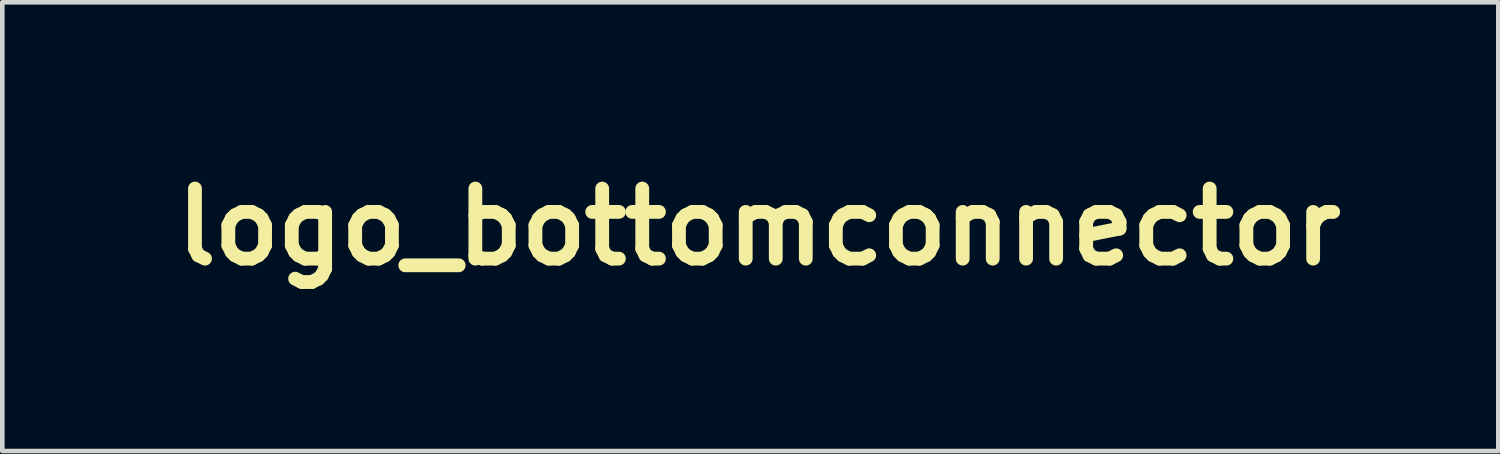
<source format=kicad_pcb>
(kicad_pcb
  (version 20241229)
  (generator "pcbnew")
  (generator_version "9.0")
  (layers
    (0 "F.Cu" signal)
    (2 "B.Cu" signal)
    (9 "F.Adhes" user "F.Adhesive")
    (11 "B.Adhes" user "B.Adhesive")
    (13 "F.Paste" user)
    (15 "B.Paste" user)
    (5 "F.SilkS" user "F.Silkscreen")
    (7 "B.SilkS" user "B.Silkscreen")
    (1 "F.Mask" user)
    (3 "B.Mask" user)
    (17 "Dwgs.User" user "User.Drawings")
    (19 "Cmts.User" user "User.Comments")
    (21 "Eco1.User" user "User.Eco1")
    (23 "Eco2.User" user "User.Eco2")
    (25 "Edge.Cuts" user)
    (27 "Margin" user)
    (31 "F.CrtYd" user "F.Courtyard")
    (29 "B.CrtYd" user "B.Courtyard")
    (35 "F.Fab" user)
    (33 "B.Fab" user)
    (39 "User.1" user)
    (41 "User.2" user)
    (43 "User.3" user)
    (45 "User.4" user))
  (footprint "logo_bottomconnector"
    (layer "F.Cu")
    (at 13.454 1.884)
    (property "Reference" "logo_bottomconnector" (at 0 0 0) (layer "F.SilkS") (effects (font (size 1.524 1.524) (thickness 0.3))))
    (attr through_hole)
    (fp_poly (pts (xy -6.653 -0.144) (xy -7.524 -0.144) (xy -7.524 -0.339) (xy -6.653 -0.339) (xy -6.653 -0.144)) (stroke (width 0.01) (type solid)) (fill yes) (layer "F.Mask"))
    (fp_poly (pts (xy -4.681 1.862) (xy -5.552 1.862) (xy -5.552 1.667) (xy -4.681 1.667) (xy -4.681 1.862)) (stroke (width 0.01) (type solid)) (fill yes) (layer "F.Mask"))
    (fp_poly (pts (xy 8.752 1.439) (xy 8.582 1.439) (xy 8.582 0.956) (xy 8.752 0.956) (xy 8.752 1.439)) (stroke (width 0.01) (type solid)) (fill yes) (layer "F.Mask"))
    (fp_poly (pts (xy 5.18 -1.219) (xy 4.985 -1.219) (xy 4.985 -1.464) (xy 4.308 -1.464) (xy 4.308 -1.65) (xy 4.985 -1.65) (xy 4.985 -1.879) (xy 5.18 -1.879) (xy 5.18 -1.219)) (stroke (width 0.01) (type solid)) (fill yes) (layer "F.Mask"))
    (fp_poly (pts (xy -10.597 0.626) (xy -10.791 0.626) (xy -10.791 0.381) (xy -11.469 0.381) (xy -11.469 0.195) (xy -10.792 0.195) (xy -10.79 0.074) (xy -10.787 -0.047) (xy -10.692 -0.049) (xy -10.597 -0.051) (xy -10.597 0.626)) (stroke (width 0.01) (type solid)) (fill yes) (layer "F.Mask"))
    (fp_poly (pts (xy 12.696 1.303) (xy 12.984 1.303) (xy 12.984 1.447) (xy 12.696 1.447) (xy 12.696 1.727) (xy 12.56 1.727) (xy 12.56 1.447) (xy 12.281 1.447) (xy 12.281 1.303) (xy 12.56 1.303) (xy 12.56 1.024) (xy 12.696 1.024) (xy 12.696 1.303)) (stroke (width 0.01) (type solid)) (fill yes) (layer "F.Mask"))
    (fp_poly (pts (xy -12.907 -0.867) (xy -12.823 -0.851) (xy -12.751 -0.823) (xy -12.692 -0.785) (xy -12.662 -0.755) (xy -12.636 -0.724) (xy -12.616 -0.691) (xy -12.6 -0.656) (xy -12.588 -0.615) (xy -12.579 -0.567) (xy -12.573 -0.509) (xy -12.57 -0.439) (xy -12.569 -0.355) (xy -12.569 -0.336) (xy -12.569 -0.144) (xy -12.763 -0.144) (xy -12.765 -0.358) (xy -12.768 -0.573) (xy -12.79 -0.607) (xy -12.814 -0.636) (xy -12.843 -0.657) (xy -12.88 -0.671) (xy -12.927 -0.678) (xy -12.988 -0.681) (xy -12.992 -0.681) (xy -13.057 -0.679) (xy -13.109 -0.673) (xy -13.149 -0.663) (xy -13.18 -0.647) (xy -13.199 -0.631) (xy -13.213 -0.615) (xy -13.224 -0.598) (xy -13.232 -0.578) (xy -13.238 -0.553) (xy -13.242 -0.519) (xy -13.244 -0.475) (xy -13.246 -0.419) (xy -13.246 -0.349) (xy -13.246 -0.34) (xy -13.246 -0.144) (xy -13.441 -0.144) (xy -13.44 -0.324) (xy -13.44 -0.403) (xy -13.438 -0.468) (xy -13.435 -0.521) (xy -13.431 -0.564) (xy -13.424 -0.601) (xy -13.415 -0.633) (xy -13.403 -0.664) (xy -13.394 -0.683) (xy -13.357 -0.742) (xy -13.31 -0.79) (xy -13.253 -0.826) (xy -13.184 -0.852) (xy -13.103 -0.867) (xy -13.008 -0.872) (xy -13.005 -0.872) (xy -12.907 -0.867)) (stroke (width 0.01) (type solid)) (fill yes) (layer "F.Mask"))
    (fp_poly (pts (xy -12.907 0.03) (xy -12.823 0.047) (xy -12.751 0.074) (xy -12.692 0.112) (xy -12.662 0.142) (xy -12.636 0.173) (xy -12.616 0.206) (xy -12.6 0.241) (xy -12.588 0.282) (xy -12.579 0.33) (xy -12.573 0.388) (xy -12.57 0.458) (xy -12.569 0.542) (xy -12.569 0.561) (xy -12.569 0.753) (xy -12.763 0.753) (xy -12.765 0.539) (xy -12.768 0.325) (xy -12.79 0.29) (xy -12.814 0.261) (xy -12.843 0.24) (xy -12.88 0.226) (xy -12.927 0.219) (xy -12.988 0.216) (xy -12.992 0.216) (xy -13.057 0.218) (xy -13.109 0.224) (xy -13.149 0.234) (xy -13.18 0.251) (xy -13.199 0.267) (xy -13.213 0.282) (xy -13.224 0.299) (xy -13.232 0.319) (xy -13.238 0.345) (xy -13.242 0.378) (xy -13.244 0.422) (xy -13.246 0.478) (xy -13.246 0.549) (xy -13.246 0.557) (xy -13.246 0.753) (xy -13.441 0.753) (xy -13.44 0.573) (xy -13.44 0.494) (xy -13.438 0.429) (xy -13.435 0.376) (xy -13.431 0.333) (xy -13.424 0.296) (xy -13.415 0.264) (xy -13.403 0.233) (xy -13.394 0.214) (xy -13.357 0.155) (xy -13.31 0.107) (xy -13.253 0.071) (xy -13.184 0.045) (xy -13.103 0.03) (xy -13.008 0.025) (xy -13.005 0.025) (xy -12.907 0.03)) (stroke (width 0.01) (type solid)) (fill yes) (layer "F.Mask"))
    (fp_poly (pts (xy -8.963 -0.926) (xy -8.879 -0.91) (xy -8.807 -0.883) (xy -8.748 -0.844) (xy -8.718 -0.815) (xy -8.692 -0.783) (xy -8.672 -0.751) (xy -8.656 -0.715) (xy -8.643 -0.674) (xy -8.635 -0.626) (xy -8.629 -0.568) (xy -8.626 -0.498) (xy -8.625 -0.414) (xy -8.625 -0.396) (xy -8.625 -0.203) (xy -8.819 -0.203) (xy -8.821 -0.417) (xy -8.824 -0.632) (xy -8.846 -0.666) (xy -8.87 -0.695) (xy -8.899 -0.716) (xy -8.936 -0.73) (xy -8.983 -0.738) (xy -9.044 -0.74) (xy -9.048 -0.74) (xy -9.113 -0.739) (xy -9.164 -0.733) (xy -9.204 -0.722) (xy -9.236 -0.706) (xy -9.255 -0.69) (xy -9.268 -0.674) (xy -9.279 -0.658) (xy -9.288 -0.638) (xy -9.294 -0.612) (xy -9.298 -0.578) (xy -9.3 -0.534) (xy -9.301 -0.478) (xy -9.302 -0.408) (xy -9.302 -0.399) (xy -9.302 -0.203) (xy -9.496 -0.203) (xy -9.496 -0.383) (xy -9.496 -0.462) (xy -9.494 -0.527) (xy -9.491 -0.58) (xy -9.486 -0.624) (xy -9.48 -0.66) (xy -9.47 -0.693) (xy -9.459 -0.723) (xy -9.45 -0.742) (xy -9.413 -0.801) (xy -9.366 -0.849) (xy -9.309 -0.886) (xy -9.24 -0.911) (xy -9.159 -0.926) (xy -9.064 -0.932) (xy -9.061 -0.932) (xy -8.963 -0.926)) (stroke (width 0.01) (type solid)) (fill yes) (layer "F.Mask"))
    (fp_poly (pts (xy 8.785 0.149) (xy 8.87 0.165) (xy 8.942 0.192) (xy 9 0.231) (xy 9.031 0.26) (xy 9.057 0.292) (xy 9.077 0.324) (xy 9.093 0.36) (xy 9.105 0.401) (xy 9.114 0.449) (xy 9.119 0.507) (xy 9.123 0.577) (xy 9.124 0.661) (xy 9.124 0.679) (xy 9.124 0.872) (xy 8.93 0.872) (xy 8.928 0.657) (xy 8.925 0.443) (xy 8.902 0.409) (xy 8.879 0.38) (xy 8.85 0.359) (xy 8.813 0.345) (xy 8.766 0.337) (xy 8.705 0.335) (xy 8.701 0.335) (xy 8.636 0.336) (xy 8.584 0.342) (xy 8.544 0.353) (xy 8.513 0.369) (xy 8.494 0.385) (xy 8.48 0.4) (xy 8.469 0.417) (xy 8.461 0.437) (xy 8.455 0.463) (xy 8.451 0.497) (xy 8.449 0.541) (xy 8.447 0.597) (xy 8.447 0.667) (xy 8.447 0.676) (xy 8.447 0.872) (xy 8.252 0.872) (xy 8.252 0.692) (xy 8.253 0.613) (xy 8.255 0.548) (xy 8.258 0.495) (xy 8.262 0.451) (xy 8.269 0.415) (xy 8.278 0.382) (xy 8.29 0.352) (xy 8.299 0.333) (xy 8.336 0.273) (xy 8.382 0.226) (xy 8.44 0.189) (xy 8.509 0.164) (xy 8.59 0.148) (xy 8.685 0.143) (xy 8.688 0.143) (xy 8.785 0.149)) (stroke (width 0.01) (type solid)) (fill yes) (layer "F.Mask"))
    (fp_poly (pts (xy 12.73 0.149) (xy 12.814 0.165) (xy 12.886 0.192) (xy 12.945 0.231) (xy 12.975 0.26) (xy 13.001 0.292) (xy 13.021 0.324) (xy 13.037 0.36) (xy 13.049 0.401) (xy 13.058 0.449) (xy 13.064 0.507) (xy 13.067 0.577) (xy 13.068 0.661) (xy 13.068 0.679) (xy 13.068 0.872) (xy 12.874 0.872) (xy 12.872 0.657) (xy 12.869 0.443) (xy 12.847 0.409) (xy 12.823 0.38) (xy 12.794 0.359) (xy 12.757 0.345) (xy 12.71 0.337) (xy 12.649 0.335) (xy 12.645 0.335) (xy 12.58 0.336) (xy 12.528 0.342) (xy 12.488 0.353) (xy 12.457 0.369) (xy 12.438 0.385) (xy 12.424 0.4) (xy 12.413 0.417) (xy 12.405 0.437) (xy 12.399 0.463) (xy 12.395 0.497) (xy 12.393 0.541) (xy 12.391 0.597) (xy 12.391 0.667) (xy 12.391 0.676) (xy 12.391 0.872) (xy 12.196 0.872) (xy 12.197 0.692) (xy 12.197 0.613) (xy 12.199 0.548) (xy 12.202 0.495) (xy 12.206 0.451) (xy 12.213 0.415) (xy 12.222 0.382) (xy 12.234 0.352) (xy 12.243 0.333) (xy 12.28 0.273) (xy 12.326 0.226) (xy 12.384 0.189) (xy 12.453 0.164) (xy 12.534 0.148) (xy 12.629 0.143) (xy 12.632 0.143) (xy 12.73 0.149)) (stroke (width 0.01) (type solid)) (fill yes) (layer "F.Mask"))
    (fp_poly (pts (xy -8.625 0.195) (xy -8.973 0.195) (xy -8.97 0.283) (xy -8.969 0.323) (xy -8.966 0.351) (xy -8.962 0.369) (xy -8.956 0.382) (xy -8.946 0.394) (xy -8.932 0.405) (xy -8.906 0.421) (xy -8.869 0.442) (xy -8.826 0.465) (xy -8.779 0.49) (xy -8.775 0.492) (xy -8.625 0.567) (xy -8.625 0.669) (xy -8.625 0.708) (xy -8.626 0.74) (xy -8.627 0.762) (xy -8.629 0.77) (xy -8.629 0.77) (xy -8.638 0.767) (xy -8.659 0.756) (xy -8.692 0.741) (xy -8.732 0.721) (xy -8.779 0.697) (xy -8.803 0.685) (xy -8.874 0.649) (xy -8.93 0.618) (xy -8.971 0.593) (xy -9 0.572) (xy -9.01 0.564) (xy -9.048 0.528) (xy -9.096 0.575) (xy -9.116 0.593) (xy -9.139 0.61) (xy -9.168 0.629) (xy -9.204 0.65) (xy -9.25 0.675) (xy -9.309 0.705) (xy -9.315 0.709) (xy -9.365 0.734) (xy -9.409 0.756) (xy -9.446 0.774) (xy -9.473 0.787) (xy -9.488 0.795) (xy -9.491 0.796) (xy -9.493 0.788) (xy -9.495 0.766) (xy -9.496 0.734) (xy -9.496 0.695) (xy -9.496 0.692) (xy -9.496 0.588) (xy -9.342 0.508) (xy -9.285 0.478) (xy -9.241 0.453) (xy -9.208 0.432) (xy -9.185 0.413) (xy -9.169 0.393) (xy -9.16 0.371) (xy -9.155 0.343) (xy -9.152 0.309) (xy -9.151 0.282) (xy -9.147 0.195) (xy -9.496 0.195) (xy -9.496 0) (xy -8.625 0) (xy -8.625 0.195)) (stroke (width 0.01) (type solid)) (fill yes) (layer "F.Mask"))
    (fp_poly (pts (xy -11.258 -1.827) (xy -11.192 -1.826) (xy -11.141 -1.825) (xy -11.103 -1.824) (xy -11.075 -1.822) (xy -11.056 -1.82) (xy -11.042 -1.816) (xy -11.032 -1.812) (xy -11.024 -1.807) (xy -11.023 -1.806) (xy -11.006 -1.793) (xy -10.993 -1.78) (xy -10.983 -1.764) (xy -10.975 -1.745) (xy -10.97 -1.718) (xy -10.966 -1.683) (xy -10.964 -1.637) (xy -10.962 -1.578) (xy -10.961 -1.518) (xy -10.959 -1.449) (xy -10.958 -1.395) (xy -10.956 -1.354) (xy -10.952 -1.324) (xy -10.947 -1.303) (xy -10.941 -1.289) (xy -10.931 -1.281) (xy -10.919 -1.275) (xy -10.903 -1.27) (xy -10.901 -1.269) (xy -10.867 -1.267) (xy -10.834 -1.274) (xy -10.809 -1.291) (xy -10.801 -1.302) (xy -10.798 -1.317) (xy -10.795 -1.348) (xy -10.793 -1.395) (xy -10.792 -1.458) (xy -10.791 -1.536) (xy -10.791 -1.574) (xy -10.791 -1.828) (xy -10.596 -1.828) (xy -10.601 -1.272) (xy -10.631 -1.214) (xy -10.667 -1.159) (xy -10.713 -1.117) (xy -10.767 -1.09) (xy -10.832 -1.077) (xy -10.889 -1.077) (xy -10.952 -1.088) (xy -11.011 -1.111) (xy -11.063 -1.145) (xy -11.103 -1.187) (xy -11.118 -1.212) (xy -11.13 -1.235) (xy -11.296 -1.138) (xy -11.344 -1.11) (xy -11.387 -1.085) (xy -11.422 -1.065) (xy -11.448 -1.05) (xy -11.463 -1.042) (xy -11.465 -1.041) (xy -11.467 -1.049) (xy -11.468 -1.071) (xy -11.468 -1.103) (xy -11.469 -1.142) (xy -11.469 -1.146) (xy -11.469 -1.251) (xy -11.146 -1.441) (xy -11.149 -1.539) (xy -11.151 -1.638) (xy -11.469 -1.642) (xy -11.469 -1.829) (xy -11.258 -1.827)) (stroke (width 0.01) (type solid)) (fill yes) (layer "F.Mask"))
    (fp_poly (pts (xy 0.575 -1.827) (xy 0.64 -1.826) (xy 0.691 -1.825) (xy 0.729 -1.824) (xy 0.757 -1.822) (xy 0.777 -1.82) (xy 0.791 -1.816) (xy 0.801 -1.812) (xy 0.809 -1.807) (xy 0.81 -1.806) (xy 0.826 -1.793) (xy 0.839 -1.78) (xy 0.85 -1.764) (xy 0.857 -1.745) (xy 0.862 -1.718) (xy 0.866 -1.683) (xy 0.869 -1.637) (xy 0.87 -1.578) (xy 0.872 -1.518) (xy 0.873 -1.449) (xy 0.875 -1.395) (xy 0.877 -1.354) (xy 0.88 -1.324) (xy 0.885 -1.303) (xy 0.892 -1.289) (xy 0.901 -1.281) (xy 0.913 -1.275) (xy 0.929 -1.27) (xy 0.932 -1.269) (xy 0.966 -1.267) (xy 0.998 -1.274) (xy 1.024 -1.291) (xy 1.032 -1.302) (xy 1.035 -1.317) (xy 1.037 -1.348) (xy 1.039 -1.395) (xy 1.04 -1.458) (xy 1.041 -1.536) (xy 1.041 -1.574) (xy 1.041 -1.828) (xy 1.237 -1.828) (xy 1.231 -1.272) (xy 1.202 -1.214) (xy 1.165 -1.159) (xy 1.12 -1.117) (xy 1.065 -1.09) (xy 1.001 -1.077) (xy 0.944 -1.077) (xy 0.88 -1.088) (xy 0.821 -1.111) (xy 0.77 -1.145) (xy 0.73 -1.187) (xy 0.714 -1.212) (xy 0.703 -1.235) (xy 0.536 -1.138) (xy 0.489 -1.11) (xy 0.446 -1.085) (xy 0.41 -1.065) (xy 0.384 -1.05) (xy 0.37 -1.042) (xy 0.367 -1.041) (xy 0.366 -1.049) (xy 0.365 -1.071) (xy 0.364 -1.103) (xy 0.364 -1.142) (xy 0.364 -1.146) (xy 0.364 -1.251) (xy 0.686 -1.441) (xy 0.684 -1.539) (xy 0.681 -1.638) (xy 0.523 -1.64) (xy 0.364 -1.642) (xy 0.364 -1.829) (xy 0.575 -1.827)) (stroke (width 0.01) (type solid)) (fill yes) (layer "F.Mask"))
    (fp_poly (pts (xy -12.569 -1.792) (xy -12.569 -1.705) (xy -12.905 -1.58) (xy -12.977 -1.553) (xy -13.044 -1.527) (xy -13.105 -1.504) (xy -13.157 -1.484) (xy -13.2 -1.467) (xy -13.231 -1.455) (xy -13.248 -1.447) (xy -13.252 -1.446) (xy -13.259 -1.433) (xy -13.258 -1.427) (xy -13.249 -1.422) (xy -13.227 -1.411) (xy -13.192 -1.396) (xy -13.146 -1.376) (xy -13.09 -1.354) (xy -13.027 -1.328) (xy -12.958 -1.3) (xy -12.911 -1.282) (xy -12.569 -1.147) (xy -12.569 -1.043) (xy -12.569 -1.004) (xy -12.571 -0.971) (xy -12.573 -0.949) (xy -12.575 -0.94) (xy -12.575 -0.94) (xy -12.584 -0.943) (xy -12.607 -0.952) (xy -12.643 -0.966) (xy -12.69 -0.984) (xy -12.746 -1.006) (xy -12.811 -1.032) (xy -12.882 -1.06) (xy -12.958 -1.09) (xy -12.969 -1.095) (xy -13.061 -1.132) (xy -13.144 -1.165) (xy -13.216 -1.195) (xy -13.278 -1.221) (xy -13.326 -1.243) (xy -13.362 -1.259) (xy -13.383 -1.27) (xy -13.387 -1.273) (xy -13.419 -1.308) (xy -13.439 -1.352) (xy -13.448 -1.406) (xy -13.449 -1.426) (xy -13.448 -1.462) (xy -13.444 -1.495) (xy -13.44 -1.517) (xy -13.423 -1.554) (xy -13.397 -1.588) (xy -13.366 -1.612) (xy -13.366 -1.612) (xy -13.353 -1.617) (xy -13.326 -1.628) (xy -13.288 -1.643) (xy -13.238 -1.662) (xy -13.18 -1.684) (xy -13.115 -1.709) (xy -13.044 -1.736) (xy -13.004 -1.751) (xy -12.919 -1.783) (xy -12.849 -1.809) (xy -12.791 -1.83) (xy -12.745 -1.847) (xy -12.707 -1.859) (xy -12.678 -1.868) (xy -12.656 -1.874) (xy -12.638 -1.877) (xy -12.623 -1.879) (xy -12.617 -1.879) (xy -12.569 -1.879) (xy -12.569 -1.792)) (stroke (width 0.01) (type solid)) (fill yes) (layer "F.Mask"))
    (fp_poly (pts (xy -3.047 -1.849) (xy -2.963 -1.832) (xy -2.891 -1.805) (xy -2.832 -1.767) (xy -2.801 -1.737) (xy -2.777 -1.706) (xy -2.756 -1.675) (xy -2.741 -1.641) (xy -2.729 -1.603) (xy -2.72 -1.557) (xy -2.714 -1.502) (xy -2.71 -1.435) (xy -2.709 -1.355) (xy -2.709 -1.306) (xy -2.708 -1.1) (xy -2.902 -1.1) (xy -2.905 -1.327) (xy -2.907 -1.554) (xy -2.93 -1.589) (xy -2.954 -1.618) (xy -2.983 -1.639) (xy -3.019 -1.653) (xy -3.067 -1.66) (xy -3.127 -1.663) (xy -3.132 -1.663) (xy -3.197 -1.661) (xy -3.248 -1.655) (xy -3.288 -1.645) (xy -3.319 -1.628) (xy -3.338 -1.612) (xy -3.356 -1.592) (xy -3.369 -1.568) (xy -3.377 -1.538) (xy -3.383 -1.499) (xy -3.385 -1.448) (xy -3.386 -1.401) (xy -3.386 -1.285) (xy -3.361 -1.26) (xy -3.331 -1.241) (xy -3.297 -1.234) (xy -3.263 -1.24) (xy -3.237 -1.256) (xy -3.229 -1.265) (xy -3.223 -1.275) (xy -3.219 -1.289) (xy -3.217 -1.309) (xy -3.216 -1.339) (xy -3.216 -1.383) (xy -3.216 -1.396) (xy -3.216 -1.515) (xy -3.036 -1.515) (xy -3.04 -1.373) (xy -3.042 -1.32) (xy -3.043 -1.28) (xy -3.046 -1.251) (xy -3.05 -1.228) (xy -3.055 -1.21) (xy -3.062 -1.191) (xy -3.066 -1.183) (xy -3.097 -1.135) (xy -3.14 -1.098) (xy -3.196 -1.072) (xy -3.202 -1.071) (xy -3.249 -1.062) (xy -3.304 -1.059) (xy -3.359 -1.063) (xy -3.396 -1.07) (xy -3.45 -1.091) (xy -3.493 -1.121) (xy -3.528 -1.162) (xy -3.551 -1.206) (xy -3.562 -1.23) (xy -3.569 -1.254) (xy -3.573 -1.281) (xy -3.576 -1.316) (xy -3.578 -1.358) (xy -3.578 -1.463) (xy -3.568 -1.555) (xy -3.547 -1.633) (xy -3.515 -1.699) (xy -3.473 -1.753) (xy -3.419 -1.794) (xy -3.353 -1.825) (xy -3.275 -1.844) (xy -3.185 -1.853) (xy -3.144 -1.854) (xy -3.047 -1.849)) (stroke (width 0.01) (type solid)) (fill yes) (layer "F.Mask"))
    (fp_poly (pts (xy 2.869 -1.849) (xy 2.954 -1.832) (xy 3.025 -1.805) (xy 3.084 -1.767) (xy 3.115 -1.737) (xy 3.14 -1.706) (xy 3.16 -1.675) (xy 3.176 -1.641) (xy 3.188 -1.603) (xy 3.196 -1.557) (xy 3.202 -1.502) (xy 3.206 -1.435) (xy 3.207 -1.355) (xy 3.208 -1.306) (xy 3.208 -1.1) (xy 3.014 -1.1) (xy 3.011 -1.327) (xy 3.009 -1.554) (xy 2.986 -1.589) (xy 2.962 -1.618) (xy 2.934 -1.639) (xy 2.897 -1.653) (xy 2.85 -1.66) (xy 2.789 -1.663) (xy 2.785 -1.663) (xy 2.719 -1.661) (xy 2.668 -1.655) (xy 2.628 -1.645) (xy 2.597 -1.628) (xy 2.578 -1.612) (xy 2.56 -1.592) (xy 2.548 -1.568) (xy 2.539 -1.538) (xy 2.534 -1.499) (xy 2.531 -1.448) (xy 2.531 -1.401) (xy 2.531 -1.285) (xy 2.555 -1.26) (xy 2.585 -1.241) (xy 2.62 -1.234) (xy 2.653 -1.24) (xy 2.679 -1.256) (xy 2.687 -1.265) (xy 2.693 -1.275) (xy 2.697 -1.289) (xy 2.699 -1.309) (xy 2.7 -1.339) (xy 2.7 -1.383) (xy 2.7 -1.396) (xy 2.7 -1.515) (xy 2.88 -1.515) (xy 2.876 -1.373) (xy 2.875 -1.32) (xy 2.873 -1.28) (xy 2.87 -1.251) (xy 2.867 -1.228) (xy 2.861 -1.21) (xy 2.854 -1.191) (xy 2.85 -1.183) (xy 2.819 -1.135) (xy 2.776 -1.098) (xy 2.72 -1.072) (xy 2.714 -1.071) (xy 2.667 -1.062) (xy 2.612 -1.059) (xy 2.557 -1.063) (xy 2.521 -1.07) (xy 2.466 -1.091) (xy 2.423 -1.121) (xy 2.388 -1.162) (xy 2.365 -1.206) (xy 2.354 -1.23) (xy 2.347 -1.254) (xy 2.343 -1.281) (xy 2.34 -1.316) (xy 2.338 -1.358) (xy 2.338 -1.463) (xy 2.349 -1.555) (xy 2.369 -1.633) (xy 2.401 -1.699) (xy 2.443 -1.753) (xy 2.497 -1.794) (xy 2.563 -1.825) (xy 2.641 -1.844) (xy 2.731 -1.853) (xy 2.772 -1.854) (xy 2.869 -1.849)) (stroke (width 0.01) (type solid)) (fill yes) (layer "F.Mask"))
    (fp_poly (pts (xy 10.758 -1.849) (xy 10.842 -1.832) (xy 10.914 -1.805) (xy 10.973 -1.767) (xy 11.003 -1.737) (xy 11.028 -1.706) (xy 11.048 -1.675) (xy 11.064 -1.641) (xy 11.076 -1.603) (xy 11.085 -1.557) (xy 11.091 -1.502) (xy 11.094 -1.435) (xy 11.096 -1.355) (xy 11.096 -1.306) (xy 11.096 -1.1) (xy 10.902 -1.1) (xy 10.9 -1.327) (xy 10.897 -1.554) (xy 10.874 -1.589) (xy 10.851 -1.618) (xy 10.822 -1.639) (xy 10.785 -1.653) (xy 10.738 -1.66) (xy 10.677 -1.663) (xy 10.673 -1.663) (xy 10.608 -1.661) (xy 10.556 -1.655) (xy 10.516 -1.645) (xy 10.485 -1.628) (xy 10.466 -1.612) (xy 10.449 -1.592) (xy 10.436 -1.568) (xy 10.427 -1.538) (xy 10.422 -1.499) (xy 10.419 -1.448) (xy 10.419 -1.401) (xy 10.419 -1.285) (xy 10.444 -1.26) (xy 10.473 -1.241) (xy 10.508 -1.234) (xy 10.542 -1.24) (xy 10.567 -1.256) (xy 10.576 -1.265) (xy 10.581 -1.275) (xy 10.585 -1.289) (xy 10.587 -1.309) (xy 10.588 -1.339) (xy 10.588 -1.383) (xy 10.588 -1.396) (xy 10.588 -1.515) (xy 10.768 -1.515) (xy 10.764 -1.373) (xy 10.763 -1.32) (xy 10.761 -1.28) (xy 10.759 -1.251) (xy 10.755 -1.228) (xy 10.75 -1.21) (xy 10.742 -1.191) (xy 10.739 -1.183) (xy 10.708 -1.135) (xy 10.664 -1.098) (xy 10.608 -1.072) (xy 10.602 -1.071) (xy 10.555 -1.062) (xy 10.5 -1.059) (xy 10.445 -1.063) (xy 10.409 -1.07) (xy 10.354 -1.091) (xy 10.311 -1.121) (xy 10.277 -1.162) (xy 10.253 -1.206) (xy 10.243 -1.23) (xy 10.236 -1.254) (xy 10.231 -1.281) (xy 10.228 -1.316) (xy 10.226 -1.358) (xy 10.227 -1.463) (xy 10.237 -1.555) (xy 10.258 -1.633) (xy 10.289 -1.699) (xy 10.332 -1.753) (xy 10.385 -1.794) (xy 10.451 -1.825) (xy 10.529 -1.844) (xy 10.62 -1.853) (xy 10.66 -1.854) (xy 10.758 -1.849)) (stroke (width 0.01) (type solid)) (fill yes) (layer "F.Mask"))
    (fp_poly (pts (xy -3.263 0.289) (xy -3.174 0.289) (xy -3.132 0.29) (xy -2.751 0.292) (xy -2.732 0.311) (xy -2.726 0.318) (xy -2.721 0.326) (xy -2.717 0.337) (xy -2.715 0.354) (xy -2.713 0.379) (xy -2.712 0.414) (xy -2.711 0.462) (xy -2.71 0.519) (xy -2.709 0.598) (xy -2.71 0.664) (xy -2.713 0.717) (xy -2.718 0.761) (xy -2.725 0.798) (xy -2.734 0.831) (xy -2.746 0.861) (xy -2.782 0.919) (xy -2.831 0.97) (xy -2.89 1.01) (xy -2.958 1.039) (xy -2.996 1.048) (xy -3.056 1.057) (xy -3.121 1.061) (xy -3.186 1.062) (xy -3.235 1.058) (xy -3.321 1.041) (xy -3.395 1.013) (xy -3.456 0.973) (xy -3.505 0.921) (xy -3.542 0.858) (xy -3.559 0.813) (xy -3.565 0.788) (xy -3.569 0.75) (xy -3.573 0.701) (xy -3.576 0.647) (xy -3.578 0.588) (xy -3.58 0.529) (xy -3.58 0.482) (xy -3.387 0.482) (xy -3.384 0.616) (xy -3.383 0.669) (xy -3.381 0.709) (xy -3.378 0.738) (xy -3.374 0.76) (xy -3.368 0.776) (xy -3.365 0.781) (xy -3.337 0.819) (xy -3.296 0.847) (xy -3.259 0.86) (xy -3.221 0.867) (xy -3.173 0.87) (xy -3.122 0.871) (xy -3.073 0.868) (xy -3.033 0.861) (xy -3.024 0.859) (xy -2.977 0.84) (xy -2.943 0.813) (xy -2.919 0.775) (xy -2.919 0.775) (xy -2.913 0.758) (xy -2.908 0.739) (xy -2.906 0.713) (xy -2.904 0.678) (xy -2.903 0.63) (xy -2.903 0.612) (xy -2.903 0.482) (xy -3.387 0.482) (xy -3.58 0.482) (xy -3.58 0.473) (xy -3.579 0.422) (xy -3.577 0.381) (xy -3.574 0.353) (xy -3.572 0.346) (xy -3.568 0.332) (xy -3.564 0.321) (xy -3.557 0.312) (xy -3.547 0.305) (xy -3.533 0.299) (xy -3.512 0.295) (xy -3.483 0.292) (xy -3.445 0.29) (xy -3.397 0.289) (xy -3.336 0.289) (xy -3.263 0.289)) (stroke (width 0.01) (type solid)) (fill yes) (layer "F.Mask"))
    (fp_poly (pts (xy 2.654 0.289) (xy 2.742 0.289) (xy 2.784 0.29) (xy 3.165 0.292) (xy 3.184 0.311) (xy 3.191 0.318) (xy 3.195 0.326) (xy 3.199 0.337) (xy 3.201 0.354) (xy 3.203 0.379) (xy 3.204 0.414) (xy 3.205 0.462) (xy 3.206 0.519) (xy 3.207 0.598) (xy 3.206 0.664) (xy 3.203 0.717) (xy 3.198 0.761) (xy 3.191 0.798) (xy 3.182 0.831) (xy 3.17 0.861) (xy 3.134 0.919) (xy 3.085 0.97) (xy 3.026 1.01) (xy 2.959 1.039) (xy 2.92 1.048) (xy 2.861 1.057) (xy 2.795 1.061) (xy 2.731 1.062) (xy 2.681 1.058) (xy 2.595 1.041) (xy 2.522 1.013) (xy 2.461 0.973) (xy 2.411 0.921) (xy 2.374 0.858) (xy 2.357 0.813) (xy 2.352 0.788) (xy 2.347 0.75) (xy 2.343 0.701) (xy 2.34 0.647) (xy 2.338 0.588) (xy 2.336 0.529) (xy 2.336 0.482) (xy 2.53 0.482) (xy 2.532 0.616) (xy 2.534 0.669) (xy 2.536 0.709) (xy 2.539 0.738) (xy 2.543 0.76) (xy 2.548 0.776) (xy 2.551 0.781) (xy 2.579 0.819) (xy 2.621 0.847) (xy 2.657 0.86) (xy 2.695 0.867) (xy 2.743 0.87) (xy 2.794 0.871) (xy 2.843 0.868) (xy 2.883 0.861) (xy 2.892 0.859) (xy 2.939 0.84) (xy 2.973 0.813) (xy 2.997 0.775) (xy 2.997 0.775) (xy 3.003 0.758) (xy 3.008 0.739) (xy 3.011 0.713) (xy 3.012 0.678) (xy 3.013 0.63) (xy 3.013 0.612) (xy 3.013 0.482) (xy 2.53 0.482) (xy 2.336 0.482) (xy 2.336 0.473) (xy 2.337 0.422) (xy 2.339 0.381) (xy 2.342 0.353) (xy 2.344 0.346) (xy 2.348 0.332) (xy 2.353 0.321) (xy 2.359 0.312) (xy 2.369 0.305) (xy 2.384 0.299) (xy 2.405 0.295) (xy 2.433 0.292) (xy 2.471 0.29) (xy 2.519 0.289) (xy 2.58 0.289) (xy 2.654 0.289)) (stroke (width 0.01) (type solid)) (fill yes) (layer "F.Mask"))
    (fp_poly (pts (xy 10.542 0.289) (xy 10.631 0.289) (xy 10.673 0.29) (xy 11.053 0.292) (xy 11.073 0.311) (xy 11.079 0.318) (xy 11.084 0.326) (xy 11.087 0.337) (xy 11.09 0.354) (xy 11.091 0.379) (xy 11.093 0.414) (xy 11.094 0.462) (xy 11.094 0.519) (xy 11.095 0.598) (xy 11.094 0.664) (xy 11.091 0.717) (xy 11.087 0.761) (xy 11.08 0.798) (xy 11.07 0.831) (xy 11.058 0.861) (xy 11.023 0.919) (xy 10.974 0.97) (xy 10.914 1.01) (xy 10.847 1.039) (xy 10.808 1.048) (xy 10.749 1.057) (xy 10.683 1.061) (xy 10.619 1.062) (xy 10.569 1.058) (xy 10.483 1.041) (xy 10.41 1.013) (xy 10.349 0.973) (xy 10.3 0.921) (xy 10.263 0.858) (xy 10.245 0.813) (xy 10.24 0.788) (xy 10.235 0.75) (xy 10.231 0.701) (xy 10.228 0.647) (xy 10.226 0.588) (xy 10.225 0.529) (xy 10.224 0.482) (xy 10.418 0.482) (xy 10.421 0.616) (xy 10.422 0.669) (xy 10.424 0.709) (xy 10.427 0.738) (xy 10.431 0.76) (xy 10.437 0.776) (xy 10.439 0.781) (xy 10.467 0.819) (xy 10.509 0.847) (xy 10.545 0.86) (xy 10.583 0.867) (xy 10.631 0.87) (xy 10.683 0.871) (xy 10.731 0.868) (xy 10.771 0.861) (xy 10.78 0.859) (xy 10.827 0.84) (xy 10.862 0.813) (xy 10.885 0.775) (xy 10.885 0.775) (xy 10.892 0.758) (xy 10.896 0.739) (xy 10.899 0.713) (xy 10.901 0.678) (xy 10.901 0.63) (xy 10.901 0.612) (xy 10.901 0.482) (xy 10.418 0.482) (xy 10.224 0.482) (xy 10.224 0.473) (xy 10.225 0.422) (xy 10.227 0.381) (xy 10.231 0.353) (xy 10.232 0.346) (xy 10.236 0.332) (xy 10.241 0.321) (xy 10.247 0.312) (xy 10.257 0.305) (xy 10.272 0.299) (xy 10.293 0.295) (xy 10.322 0.292) (xy 10.359 0.29) (xy 10.408 0.289) (xy 10.468 0.289) (xy 10.542 0.289)) (stroke (width 0.01) (type solid)) (fill yes) (layer "F.Mask"))
    (fp_poly (pts (xy 8.912 -0.784) (xy 8.967 -0.773) (xy 9.013 -0.751) (xy 9.041 -0.73) (xy 9.062 -0.709) (xy 9.079 -0.688) (xy 9.093 -0.664) (xy 9.104 -0.636) (xy 9.112 -0.602) (xy 9.117 -0.559) (xy 9.121 -0.507) (xy 9.123 -0.442) (xy 9.124 -0.363) (xy 9.124 -0.308) (xy 9.124 -0.067) (xy 8.934 -0.072) (xy 8.929 -0.32) (xy 8.925 -0.569) (xy 8.905 -0.585) (xy 8.877 -0.598) (xy 8.846 -0.599) (xy 8.817 -0.587) (xy 8.797 -0.565) (xy 8.795 -0.562) (xy 8.791 -0.545) (xy 8.788 -0.513) (xy 8.786 -0.471) (xy 8.785 -0.418) (xy 8.785 -0.407) (xy 8.784 -0.334) (xy 8.781 -0.274) (xy 8.775 -0.225) (xy 8.767 -0.185) (xy 8.754 -0.151) (xy 8.747 -0.135) (xy 8.72 -0.094) (xy 8.684 -0.059) (xy 8.644 -0.033) (xy 8.627 -0.027) (xy 8.593 -0.019) (xy 8.55 -0.014) (xy 8.506 -0.012) (xy 8.466 -0.014) (xy 8.445 -0.017) (xy 8.385 -0.04) (xy 8.334 -0.077) (xy 8.294 -0.124) (xy 8.272 -0.168) (xy 8.268 -0.181) (xy 8.265 -0.197) (xy 8.262 -0.218) (xy 8.26 -0.245) (xy 8.258 -0.281) (xy 8.257 -0.328) (xy 8.256 -0.387) (xy 8.255 -0.46) (xy 8.254 -0.493) (xy 8.251 -0.779) (xy 8.447 -0.779) (xy 8.447 -0.245) (xy 8.468 -0.224) (xy 8.494 -0.208) (xy 8.525 -0.202) (xy 8.555 -0.207) (xy 8.579 -0.222) (xy 8.58 -0.224) (xy 8.586 -0.233) (xy 8.591 -0.244) (xy 8.594 -0.262) (xy 8.596 -0.287) (xy 8.598 -0.322) (xy 8.6 -0.37) (xy 8.602 -0.412) (xy 8.604 -0.483) (xy 8.608 -0.539) (xy 8.613 -0.584) (xy 8.62 -0.619) (xy 8.629 -0.649) (xy 8.641 -0.674) (xy 8.657 -0.698) (xy 8.658 -0.699) (xy 8.68 -0.723) (xy 8.71 -0.746) (xy 8.728 -0.758) (xy 8.755 -0.771) (xy 8.781 -0.779) (xy 8.813 -0.783) (xy 8.846 -0.786) (xy 8.912 -0.784)) (stroke (width 0.01) (type solid)) (fill yes) (layer "F.Mask"))
    (fp_poly (pts (xy 12.856 -0.784) (xy 12.911 -0.773) (xy 12.957 -0.751) (xy 12.985 -0.73) (xy 13.006 -0.709) (xy 13.023 -0.688) (xy 13.037 -0.664) (xy 13.048 -0.636) (xy 13.056 -0.602) (xy 13.061 -0.559) (xy 13.065 -0.507) (xy 13.067 -0.442) (xy 13.068 -0.363) (xy 13.068 -0.308) (xy 13.068 -0.067) (xy 12.878 -0.072) (xy 12.874 -0.32) (xy 12.869 -0.569) (xy 12.849 -0.585) (xy 12.821 -0.598) (xy 12.79 -0.599) (xy 12.761 -0.587) (xy 12.741 -0.565) (xy 12.739 -0.562) (xy 12.735 -0.545) (xy 12.732 -0.513) (xy 12.73 -0.471) (xy 12.73 -0.418) (xy 12.73 -0.407) (xy 12.729 -0.334) (xy 12.725 -0.274) (xy 12.72 -0.225) (xy 12.711 -0.185) (xy 12.699 -0.151) (xy 12.691 -0.135) (xy 12.664 -0.094) (xy 12.628 -0.059) (xy 12.588 -0.033) (xy 12.571 -0.027) (xy 12.537 -0.019) (xy 12.494 -0.014) (xy 12.45 -0.012) (xy 12.41 -0.014) (xy 12.389 -0.017) (xy 12.329 -0.04) (xy 12.278 -0.077) (xy 12.238 -0.124) (xy 12.216 -0.168) (xy 12.212 -0.181) (xy 12.209 -0.197) (xy 12.206 -0.218) (xy 12.204 -0.245) (xy 12.202 -0.281) (xy 12.201 -0.328) (xy 12.2 -0.387) (xy 12.199 -0.46) (xy 12.198 -0.493) (xy 12.195 -0.779) (xy 12.391 -0.779) (xy 12.391 -0.245) (xy 12.412 -0.224) (xy 12.438 -0.208) (xy 12.469 -0.202) (xy 12.499 -0.207) (xy 12.523 -0.222) (xy 12.525 -0.224) (xy 12.53 -0.233) (xy 12.535 -0.244) (xy 12.538 -0.262) (xy 12.541 -0.287) (xy 12.543 -0.322) (xy 12.544 -0.37) (xy 12.546 -0.412) (xy 12.548 -0.483) (xy 12.552 -0.539) (xy 12.557 -0.584) (xy 12.564 -0.619) (xy 12.573 -0.649) (xy 12.585 -0.674) (xy 12.601 -0.698) (xy 12.602 -0.699) (xy 12.624 -0.723) (xy 12.654 -0.746) (xy 12.672 -0.758) (xy 12.699 -0.771) (xy 12.725 -0.779) (xy 12.757 -0.783) (xy 12.79 -0.786) (xy 12.856 -0.784)) (stroke (width 0.01) (type solid)) (fill yes) (layer "F.Mask"))
    (fp_poly (pts (xy -10.809 -0.911) (xy -10.754 -0.9) (xy -10.707 -0.878) (xy -10.68 -0.856) (xy -10.659 -0.836) (xy -10.642 -0.815) (xy -10.628 -0.791) (xy -10.617 -0.763) (xy -10.609 -0.729) (xy -10.604 -0.686) (xy -10.6 -0.634) (xy -10.598 -0.569) (xy -10.597 -0.49) (xy -10.597 -0.435) (xy -10.597 -0.194) (xy -10.692 -0.197) (xy -10.787 -0.199) (xy -10.791 -0.447) (xy -10.796 -0.696) (xy -10.816 -0.712) (xy -10.844 -0.725) (xy -10.875 -0.726) (xy -10.904 -0.714) (xy -10.924 -0.692) (xy -10.926 -0.688) (xy -10.93 -0.672) (xy -10.932 -0.64) (xy -10.934 -0.598) (xy -10.935 -0.545) (xy -10.935 -0.534) (xy -10.936 -0.461) (xy -10.939 -0.401) (xy -10.945 -0.352) (xy -10.954 -0.312) (xy -10.966 -0.277) (xy -10.974 -0.262) (xy -11.001 -0.221) (xy -11.037 -0.186) (xy -11.077 -0.16) (xy -11.094 -0.153) (xy -11.128 -0.146) (xy -11.171 -0.141) (xy -11.215 -0.139) (xy -11.254 -0.141) (xy -11.276 -0.144) (xy -11.336 -0.167) (xy -11.387 -0.204) (xy -11.427 -0.251) (xy -11.448 -0.295) (xy -11.453 -0.308) (xy -11.456 -0.324) (xy -11.459 -0.345) (xy -11.461 -0.372) (xy -11.462 -0.408) (xy -11.464 -0.455) (xy -11.465 -0.514) (xy -11.466 -0.587) (xy -11.467 -0.62) (xy -11.47 -0.906) (xy -11.274 -0.906) (xy -11.274 -0.372) (xy -11.253 -0.351) (xy -11.227 -0.335) (xy -11.196 -0.329) (xy -11.165 -0.334) (xy -11.142 -0.349) (xy -11.14 -0.351) (xy -11.135 -0.36) (xy -11.13 -0.371) (xy -11.127 -0.389) (xy -11.124 -0.414) (xy -11.122 -0.449) (xy -11.12 -0.497) (xy -11.119 -0.539) (xy -11.117 -0.61) (xy -11.113 -0.666) (xy -11.108 -0.711) (xy -11.101 -0.746) (xy -11.092 -0.776) (xy -11.079 -0.801) (xy -11.064 -0.825) (xy -11.063 -0.826) (xy -11.041 -0.85) (xy -11.011 -0.873) (xy -10.993 -0.885) (xy -10.966 -0.898) (xy -10.94 -0.906) (xy -10.908 -0.91) (xy -10.875 -0.913) (xy -10.809 -0.911)) (stroke (width 0.01) (type solid)) (fill yes) (layer "F.Mask"))
    (fp_poly (pts (xy -8.837 -1.859) (xy -8.782 -1.848) (xy -8.735 -1.826) (xy -8.708 -1.804) (xy -8.687 -1.784) (xy -8.669 -1.763) (xy -8.656 -1.739) (xy -8.645 -1.711) (xy -8.637 -1.677) (xy -8.632 -1.634) (xy -8.628 -1.582) (xy -8.626 -1.517) (xy -8.625 -1.438) (xy -8.625 -1.383) (xy -8.625 -1.142) (xy -8.72 -1.144) (xy -8.815 -1.147) (xy -8.819 -1.395) (xy -8.824 -1.644) (xy -8.844 -1.66) (xy -8.872 -1.673) (xy -8.903 -1.674) (xy -8.931 -1.662) (xy -8.952 -1.64) (xy -8.954 -1.636) (xy -8.957 -1.62) (xy -8.96 -1.588) (xy -8.962 -1.545) (xy -8.963 -1.493) (xy -8.963 -1.482) (xy -8.964 -1.408) (xy -8.967 -1.349) (xy -8.973 -1.3) (xy -8.982 -1.26) (xy -8.994 -1.225) (xy -9.002 -1.21) (xy -9.029 -1.169) (xy -9.065 -1.134) (xy -9.105 -1.108) (xy -9.122 -1.101) (xy -9.156 -1.094) (xy -9.198 -1.089) (xy -9.243 -1.087) (xy -9.282 -1.089) (xy -9.304 -1.092) (xy -9.364 -1.115) (xy -9.415 -1.152) (xy -9.454 -1.199) (xy -9.476 -1.243) (xy -9.48 -1.256) (xy -9.484 -1.272) (xy -9.487 -1.292) (xy -9.489 -1.32) (xy -9.49 -1.356) (xy -9.492 -1.403) (xy -9.493 -1.462) (xy -9.494 -1.535) (xy -9.494 -1.568) (xy -9.498 -1.854) (xy -9.302 -1.854) (xy -9.302 -1.32) (xy -9.281 -1.299) (xy -9.255 -1.282) (xy -9.224 -1.277) (xy -9.193 -1.281) (xy -9.17 -1.297) (xy -9.168 -1.299) (xy -9.162 -1.308) (xy -9.158 -1.319) (xy -9.155 -1.337) (xy -9.152 -1.362) (xy -9.15 -1.397) (xy -9.148 -1.445) (xy -9.147 -1.487) (xy -9.145 -1.558) (xy -9.141 -1.614) (xy -9.136 -1.659) (xy -9.129 -1.694) (xy -9.12 -1.724) (xy -9.107 -1.749) (xy -9.092 -1.773) (xy -9.091 -1.774) (xy -9.069 -1.798) (xy -9.039 -1.821) (xy -9.021 -1.833) (xy -8.994 -1.846) (xy -8.967 -1.854) (xy -8.936 -1.858) (xy -8.903 -1.861) (xy -8.837 -1.859)) (stroke (width 0.01) (type solid)) (fill yes) (layer "F.Mask"))
    (fp_poly (pts (xy -6.864 0.045) (xy -6.81 0.056) (xy -6.763 0.078) (xy -6.735 0.1) (xy -6.715 0.12) (xy -6.697 0.141) (xy -6.684 0.165) (xy -6.673 0.193) (xy -6.665 0.228) (xy -6.659 0.27) (xy -6.656 0.323) (xy -6.654 0.387) (xy -6.653 0.466) (xy -6.653 0.521) (xy -6.653 0.762) (xy -6.748 0.76) (xy -6.843 0.758) (xy -6.847 0.509) (xy -6.851 0.261) (xy -6.871 0.245) (xy -6.9 0.231) (xy -6.931 0.231) (xy -6.959 0.242) (xy -6.98 0.264) (xy -6.982 0.268) (xy -6.985 0.285) (xy -6.988 0.316) (xy -6.99 0.359) (xy -6.991 0.411) (xy -6.991 0.422) (xy -6.992 0.496) (xy -6.995 0.556) (xy -7.001 0.604) (xy -7.01 0.644) (xy -7.022 0.679) (xy -7.03 0.695) (xy -7.057 0.735) (xy -7.093 0.77) (xy -7.133 0.796) (xy -7.15 0.803) (xy -7.184 0.811) (xy -7.226 0.816) (xy -7.271 0.817) (xy -7.31 0.816) (xy -7.332 0.812) (xy -7.392 0.789) (xy -7.443 0.753) (xy -7.482 0.705) (xy -7.504 0.661) (xy -7.508 0.648) (xy -7.512 0.633) (xy -7.514 0.612) (xy -7.517 0.584) (xy -7.518 0.548) (xy -7.52 0.502) (xy -7.521 0.443) (xy -7.522 0.369) (xy -7.522 0.336) (xy -7.526 0.051) (xy -7.33 0.051) (xy -7.33 0.585) (xy -7.309 0.606) (xy -7.283 0.622) (xy -7.252 0.628) (xy -7.221 0.623) (xy -7.198 0.608) (xy -7.196 0.606) (xy -7.19 0.597) (xy -7.186 0.585) (xy -7.183 0.568) (xy -7.18 0.543) (xy -7.178 0.508) (xy -7.176 0.46) (xy -7.175 0.417) (xy -7.172 0.347) (xy -7.169 0.29) (xy -7.164 0.246) (xy -7.157 0.21) (xy -7.148 0.181) (xy -7.135 0.156) (xy -7.119 0.131) (xy -7.119 0.131) (xy -7.096 0.107) (xy -7.067 0.083) (xy -7.049 0.072) (xy -7.022 0.059) (xy -6.995 0.051) (xy -6.964 0.046) (xy -6.931 0.044) (xy -6.864 0.045)) (stroke (width 0.01) (type solid)) (fill yes) (layer "F.Mask"))
    (fp_poly (pts (xy -4.892 0.705) (xy -4.837 0.717) (xy -4.791 0.739) (xy -4.763 0.76) (xy -4.742 0.781) (xy -4.725 0.802) (xy -4.712 0.825) (xy -4.701 0.853) (xy -4.693 0.888) (xy -4.687 0.93) (xy -4.684 0.983) (xy -4.682 1.048) (xy -4.681 1.126) (xy -4.681 1.181) (xy -4.681 1.422) (xy -4.776 1.42) (xy -4.871 1.418) (xy -4.875 1.169) (xy -4.879 0.921) (xy -4.899 0.905) (xy -4.928 0.891) (xy -4.959 0.891) (xy -4.987 0.902) (xy -5.008 0.924) (xy -5.01 0.928) (xy -5.013 0.945) (xy -5.016 0.976) (xy -5.018 1.019) (xy -5.019 1.071) (xy -5.019 1.082) (xy -5.02 1.156) (xy -5.023 1.216) (xy -5.029 1.264) (xy -5.038 1.305) (xy -5.05 1.339) (xy -5.058 1.355) (xy -5.085 1.395) (xy -5.121 1.431) (xy -5.16 1.456) (xy -5.178 1.463) (xy -5.212 1.471) (xy -5.254 1.476) (xy -5.299 1.478) (xy -5.338 1.476) (xy -5.36 1.473) (xy -5.42 1.449) (xy -5.471 1.413) (xy -5.51 1.365) (xy -5.532 1.321) (xy -5.536 1.309) (xy -5.54 1.293) (xy -5.542 1.272) (xy -5.545 1.245) (xy -5.546 1.209) (xy -5.548 1.162) (xy -5.549 1.103) (xy -5.55 1.03) (xy -5.55 0.997) (xy -5.554 0.711) (xy -5.358 0.711) (xy -5.358 1.245) (xy -5.337 1.266) (xy -5.311 1.282) (xy -5.28 1.288) (xy -5.249 1.283) (xy -5.226 1.268) (xy -5.224 1.266) (xy -5.218 1.257) (xy -5.214 1.245) (xy -5.211 1.228) (xy -5.208 1.203) (xy -5.206 1.168) (xy -5.204 1.12) (xy -5.203 1.077) (xy -5.2 1.007) (xy -5.197 0.95) (xy -5.192 0.906) (xy -5.185 0.87) (xy -5.176 0.841) (xy -5.163 0.816) (xy -5.147 0.792) (xy -5.147 0.791) (xy -5.124 0.767) (xy -5.095 0.743) (xy -5.077 0.732) (xy -5.05 0.719) (xy -5.023 0.711) (xy -4.991 0.706) (xy -4.959 0.704) (xy -4.892 0.705)) (stroke (width 0.01) (type solid)) (fill yes) (layer "F.Mask"))
    (fp_poly (pts (xy -6.991 0.978) (xy -6.907 0.994) (xy -6.835 1.022) (xy -6.776 1.06) (xy -6.745 1.09) (xy -6.712 1.135) (xy -6.686 1.185) (xy -6.669 1.243) (xy -6.658 1.311) (xy -6.653 1.392) (xy -6.653 1.422) (xy -6.656 1.508) (xy -6.665 1.58) (xy -6.681 1.641) (xy -6.704 1.692) (xy -6.736 1.737) (xy -6.761 1.762) (xy -6.807 1.8) (xy -6.856 1.828) (xy -6.911 1.848) (xy -6.976 1.86) (xy -7.053 1.866) (xy -7.063 1.866) (xy -7.108 1.867) (xy -7.151 1.866) (xy -7.186 1.864) (xy -7.207 1.862) (xy -7.289 1.84) (xy -7.359 1.807) (xy -7.417 1.763) (xy -7.462 1.706) (xy -7.494 1.639) (xy -7.515 1.559) (xy -7.516 1.556) (xy -7.523 1.485) (xy -7.525 1.411) (xy -7.524 1.392) (xy -7.329 1.392) (xy -7.328 1.439) (xy -7.327 1.49) (xy -7.325 1.526) (xy -7.322 1.552) (xy -7.317 1.571) (xy -7.311 1.586) (xy -7.309 1.59) (xy -7.284 1.623) (xy -7.252 1.647) (xy -7.212 1.663) (xy -7.16 1.672) (xy -7.094 1.675) (xy -7.093 1.675) (xy -7.052 1.675) (xy -7.014 1.673) (xy -6.985 1.67) (xy -6.973 1.667) (xy -6.924 1.646) (xy -6.886 1.612) (xy -6.866 1.583) (xy -6.859 1.567) (xy -6.854 1.55) (xy -6.85 1.53) (xy -6.848 1.503) (xy -6.847 1.465) (xy -6.847 1.419) (xy -6.848 1.356) (xy -6.852 1.307) (xy -6.859 1.269) (xy -6.87 1.241) (xy -6.886 1.219) (xy -6.906 1.202) (xy -6.943 1.183) (xy -6.992 1.17) (xy -7.047 1.162) (xy -7.105 1.16) (xy -7.162 1.164) (xy -7.211 1.174) (xy -7.24 1.184) (xy -7.27 1.202) (xy -7.293 1.223) (xy -7.31 1.251) (xy -7.321 1.287) (xy -7.327 1.333) (xy -7.329 1.392) (xy -7.524 1.392) (xy -7.521 1.337) (xy -7.511 1.268) (xy -7.497 1.208) (xy -7.483 1.171) (xy -7.447 1.11) (xy -7.401 1.061) (xy -7.344 1.023) (xy -7.276 0.996) (xy -7.196 0.979) (xy -7.102 0.973) (xy -7.088 0.973) (xy -6.991 0.978)) (stroke (width 0.01) (type solid)) (fill yes) (layer "F.Mask"))
    (fp_poly (pts (xy -5.019 -0.359) (xy -4.935 -0.343) (xy -4.863 -0.316) (xy -4.804 -0.277) (xy -4.773 -0.247) (xy -4.74 -0.202) (xy -4.714 -0.152) (xy -4.697 -0.095) (xy -4.686 -0.026) (xy -4.681 0.054) (xy -4.681 0.085) (xy -4.684 0.171) (xy -4.693 0.243) (xy -4.709 0.303) (xy -4.732 0.355) (xy -4.764 0.399) (xy -4.788 0.425) (xy -4.835 0.462) (xy -4.884 0.491) (xy -4.939 0.51) (xy -5.004 0.523) (xy -5.081 0.529) (xy -5.091 0.529) (xy -5.136 0.53) (xy -5.178 0.529) (xy -5.214 0.527) (xy -5.235 0.525) (xy -5.317 0.503) (xy -5.387 0.47) (xy -5.445 0.425) (xy -5.49 0.369) (xy -5.522 0.301) (xy -5.543 0.222) (xy -5.544 0.218) (xy -5.551 0.148) (xy -5.553 0.074) (xy -5.552 0.055) (xy -5.357 0.055) (xy -5.356 0.102) (xy -5.355 0.152) (xy -5.353 0.189) (xy -5.35 0.215) (xy -5.345 0.234) (xy -5.339 0.248) (xy -5.336 0.253) (xy -5.312 0.286) (xy -5.28 0.31) (xy -5.24 0.326) (xy -5.188 0.335) (xy -5.122 0.338) (xy -5.121 0.338) (xy -5.08 0.337) (xy -5.042 0.335) (xy -5.013 0.332) (xy -5.001 0.33) (xy -4.952 0.309) (xy -4.914 0.275) (xy -4.894 0.246) (xy -4.887 0.229) (xy -4.882 0.213) (xy -4.878 0.193) (xy -4.876 0.166) (xy -4.875 0.128) (xy -4.875 0.081) (xy -4.876 0.018) (xy -4.88 -0.031) (xy -4.887 -0.068) (xy -4.898 -0.096) (xy -4.914 -0.118) (xy -4.934 -0.135) (xy -4.971 -0.154) (xy -5.02 -0.167) (xy -5.075 -0.175) (xy -5.133 -0.177) (xy -5.19 -0.173) (xy -5.239 -0.164) (xy -5.267 -0.153) (xy -5.298 -0.135) (xy -5.321 -0.114) (xy -5.338 -0.086) (xy -5.349 -0.051) (xy -5.355 -0.005) (xy -5.357 0.055) (xy -5.552 0.055) (xy -5.549 -0.000177) (xy -5.539 -0.069) (xy -5.524 -0.13) (xy -5.511 -0.166) (xy -5.475 -0.227) (xy -5.429 -0.277) (xy -5.372 -0.315) (xy -5.304 -0.342) (xy -5.224 -0.358) (xy -5.13 -0.365) (xy -5.116 -0.365) (xy -5.019 -0.359)) (stroke (width 0.01) (type solid)) (fill yes) (layer "F.Mask"))
    (fp_poly (pts (xy -3.127 -0.863) (xy -3.051 -0.863) (xy -2.99 -0.862) (xy -2.94 -0.862) (xy -2.901 -0.86) (xy -2.871 -0.859) (xy -2.849 -0.857) (xy -2.832 -0.854) (xy -2.82 -0.851) (xy -2.818 -0.85) (xy -2.77 -0.825) (xy -2.734 -0.788) (xy -2.71 -0.74) (xy -2.698 -0.68) (xy -2.697 -0.652) (xy -2.702 -0.591) (xy -2.719 -0.541) (xy -2.746 -0.501) (xy -2.764 -0.485) (xy -2.779 -0.476) (xy -2.808 -0.461) (xy -2.848 -0.44) (xy -2.898 -0.416) (xy -2.956 -0.388) (xy -3.019 -0.359) (xy -3.086 -0.328) (xy -3.089 -0.326) (xy -3.155 -0.296) (xy -3.216 -0.268) (xy -3.271 -0.242) (xy -3.318 -0.221) (xy -3.355 -0.203) (xy -3.38 -0.191) (xy -3.391 -0.185) (xy -3.392 -0.184) (xy -3.4 -0.17) (xy -3.402 -0.156) (xy -3.402 -0.135) (xy -2.708 -0.135) (xy -2.708 0.059) (xy -3.066 0.059) (xy -3.158 0.058) (xy -3.234 0.058) (xy -3.296 0.057) (xy -3.346 0.056) (xy -3.386 0.055) (xy -3.416 0.053) (xy -3.439 0.051) (xy -3.455 0.048) (xy -3.464 0.046) (xy -3.506 0.026) (xy -3.542 -0.005) (xy -3.569 -0.043) (xy -3.578 -0.065) (xy -3.585 -0.103) (xy -3.588 -0.149) (xy -3.587 -0.196) (xy -3.58 -0.236) (xy -3.579 -0.24) (xy -3.565 -0.27) (xy -3.539 -0.303) (xy -3.531 -0.311) (xy -3.519 -0.322) (xy -3.504 -0.333) (xy -3.485 -0.345) (xy -3.46 -0.359) (xy -3.427 -0.376) (xy -3.386 -0.396) (xy -3.333 -0.421) (xy -3.268 -0.45) (xy -3.196 -0.484) (xy -3.129 -0.514) (xy -3.067 -0.542) (xy -3.011 -0.569) (xy -2.964 -0.591) (xy -2.926 -0.609) (xy -2.9 -0.623) (xy -2.887 -0.63) (xy -2.887 -0.631) (xy -2.878 -0.645) (xy -2.883 -0.658) (xy -2.886 -0.662) (xy -2.893 -0.665) (xy -2.903 -0.667) (xy -2.92 -0.669) (xy -2.943 -0.671) (xy -2.976 -0.672) (xy -3.02 -0.673) (xy -3.075 -0.674) (xy -3.145 -0.674) (xy -3.229 -0.675) (xy -3.236 -0.675) (xy -3.58 -0.677) (xy -3.58 -0.863) (xy -3.217 -0.863) (xy -3.127 -0.863)) (stroke (width 0.01) (type solid)) (fill yes) (layer "F.Mask"))
    (fp_poly (pts (xy 2.79 -0.863) (xy 2.865 -0.863) (xy 2.927 -0.862) (xy 2.976 -0.862) (xy 3.015 -0.86) (xy 3.045 -0.859) (xy 3.067 -0.857) (xy 3.084 -0.854) (xy 3.096 -0.851) (xy 3.099 -0.85) (xy 3.147 -0.825) (xy 3.183 -0.788) (xy 3.207 -0.74) (xy 3.218 -0.68) (xy 3.219 -0.652) (xy 3.214 -0.591) (xy 3.198 -0.541) (xy 3.17 -0.501) (xy 3.152 -0.485) (xy 3.137 -0.476) (xy 3.108 -0.461) (xy 3.068 -0.44) (xy 3.018 -0.416) (xy 2.961 -0.388) (xy 2.897 -0.359) (xy 2.831 -0.328) (xy 2.827 -0.326) (xy 2.761 -0.296) (xy 2.7 -0.268) (xy 2.645 -0.242) (xy 2.598 -0.221) (xy 2.561 -0.203) (xy 2.536 -0.191) (xy 2.525 -0.185) (xy 2.524 -0.184) (xy 2.516 -0.17) (xy 2.514 -0.156) (xy 2.514 -0.135) (xy 3.208 -0.135) (xy 3.208 0.059) (xy 2.85 0.059) (xy 2.759 0.058) (xy 2.682 0.058) (xy 2.62 0.057) (xy 2.57 0.056) (xy 2.531 0.055) (xy 2.5 0.053) (xy 2.478 0.051) (xy 2.461 0.048) (xy 2.452 0.046) (xy 2.411 0.026) (xy 2.374 -0.005) (xy 2.347 -0.043) (xy 2.338 -0.065) (xy 2.331 -0.103) (xy 2.328 -0.149) (xy 2.33 -0.196) (xy 2.336 -0.236) (xy 2.337 -0.24) (xy 2.351 -0.27) (xy 2.377 -0.303) (xy 2.385 -0.311) (xy 2.398 -0.322) (xy 2.412 -0.333) (xy 2.432 -0.345) (xy 2.457 -0.359) (xy 2.489 -0.376) (xy 2.531 -0.396) (xy 2.583 -0.421) (xy 2.648 -0.45) (xy 2.721 -0.484) (xy 2.787 -0.514) (xy 2.849 -0.542) (xy 2.905 -0.569) (xy 2.952 -0.591) (xy 2.99 -0.609) (xy 3.016 -0.623) (xy 3.029 -0.63) (xy 3.029 -0.631) (xy 3.038 -0.645) (xy 3.033 -0.658) (xy 3.03 -0.662) (xy 3.024 -0.665) (xy 3.013 -0.667) (xy 2.997 -0.669) (xy 2.973 -0.671) (xy 2.94 -0.672) (xy 2.896 -0.673) (xy 2.841 -0.674) (xy 2.772 -0.674) (xy 2.687 -0.675) (xy 2.68 -0.675) (xy 2.336 -0.677) (xy 2.336 -0.863) (xy 2.699 -0.863) (xy 2.79 -0.863)) (stroke (width 0.01) (type solid)) (fill yes) (layer "F.Mask"))
    (fp_poly (pts (xy 8.785 -1.849) (xy 8.87 -1.832) (xy 8.942 -1.805) (xy 9 -1.767) (xy 9.031 -1.737) (xy 9.065 -1.692) (xy 9.09 -1.642) (xy 9.108 -1.584) (xy 9.119 -1.516) (xy 9.123 -1.435) (xy 9.124 -1.405) (xy 9.121 -1.319) (xy 9.112 -1.247) (xy 9.096 -1.186) (xy 9.072 -1.135) (xy 9.04 -1.09) (xy 9.016 -1.065) (xy 8.97 -1.027) (xy 8.921 -0.999) (xy 8.865 -0.979) (xy 8.801 -0.967) (xy 8.723 -0.961) (xy 8.714 -0.96) (xy 8.669 -0.96) (xy 8.626 -0.961) (xy 8.59 -0.962) (xy 8.57 -0.965) (xy 8.487 -0.987) (xy 8.417 -1.02) (xy 8.36 -1.064) (xy 8.315 -1.121) (xy 8.282 -1.188) (xy 8.262 -1.268) (xy 8.261 -1.271) (xy 8.253 -1.342) (xy 8.252 -1.416) (xy 8.253 -1.435) (xy 8.448 -1.435) (xy 8.448 -1.388) (xy 8.45 -1.337) (xy 8.452 -1.301) (xy 8.455 -1.275) (xy 8.459 -1.256) (xy 8.465 -1.241) (xy 8.468 -1.237) (xy 8.493 -1.204) (xy 8.524 -1.18) (xy 8.565 -1.164) (xy 8.617 -1.155) (xy 8.682 -1.152) (xy 8.684 -1.152) (xy 8.725 -1.152) (xy 8.762 -1.154) (xy 8.792 -1.157) (xy 8.803 -1.16) (xy 8.852 -1.181) (xy 8.891 -1.215) (xy 8.91 -1.244) (xy 8.918 -1.26) (xy 8.923 -1.277) (xy 8.926 -1.297) (xy 8.928 -1.324) (xy 8.929 -1.362) (xy 8.929 -1.408) (xy 8.928 -1.471) (xy 8.925 -1.52) (xy 8.918 -1.557) (xy 8.906 -1.586) (xy 8.891 -1.608) (xy 8.87 -1.625) (xy 8.833 -1.643) (xy 8.785 -1.657) (xy 8.729 -1.665) (xy 8.671 -1.667) (xy 8.615 -1.663) (xy 8.565 -1.653) (xy 8.537 -1.643) (xy 8.507 -1.625) (xy 8.483 -1.603) (xy 8.467 -1.576) (xy 8.456 -1.54) (xy 8.45 -1.494) (xy 8.448 -1.435) (xy 8.253 -1.435) (xy 8.256 -1.49) (xy 8.265 -1.559) (xy 8.28 -1.619) (xy 8.294 -1.656) (xy 8.33 -1.717) (xy 8.376 -1.766) (xy 8.432 -1.804) (xy 8.501 -1.831) (xy 8.581 -1.848) (xy 8.674 -1.854) (xy 8.688 -1.854) (xy 8.785 -1.849)) (stroke (width 0.01) (type solid)) (fill yes) (layer "F.Mask"))
    (fp_poly (pts (xy 10.678 -0.863) (xy 10.753 -0.863) (xy 10.815 -0.862) (xy 10.864 -0.862) (xy 10.903 -0.86) (xy 10.933 -0.859) (xy 10.956 -0.857) (xy 10.972 -0.854) (xy 10.984 -0.851) (xy 10.987 -0.85) (xy 11.035 -0.825) (xy 11.071 -0.788) (xy 11.095 -0.74) (xy 11.106 -0.68) (xy 11.107 -0.652) (xy 11.102 -0.591) (xy 11.086 -0.541) (xy 11.058 -0.501) (xy 11.04 -0.485) (xy 11.025 -0.476) (xy 10.996 -0.461) (xy 10.956 -0.44) (xy 10.906 -0.416) (xy 10.849 -0.388) (xy 10.786 -0.359) (xy 10.719 -0.328) (xy 10.715 -0.326) (xy 10.649 -0.296) (xy 10.588 -0.268) (xy 10.533 -0.242) (xy 10.487 -0.221) (xy 10.45 -0.203) (xy 10.425 -0.191) (xy 10.413 -0.185) (xy 10.413 -0.184) (xy 10.404 -0.17) (xy 10.402 -0.156) (xy 10.402 -0.135) (xy 11.096 -0.135) (xy 11.096 0.059) (xy 10.739 0.059) (xy 10.647 0.058) (xy 10.571 0.058) (xy 10.508 0.057) (xy 10.458 0.056) (xy 10.419 0.055) (xy 10.389 0.053) (xy 10.366 0.051) (xy 10.349 0.048) (xy 10.34 0.046) (xy 10.299 0.026) (xy 10.262 -0.005) (xy 10.235 -0.043) (xy 10.226 -0.065) (xy 10.219 -0.103) (xy 10.216 -0.149) (xy 10.218 -0.196) (xy 10.224 -0.236) (xy 10.225 -0.24) (xy 10.239 -0.27) (xy 10.265 -0.303) (xy 10.274 -0.311) (xy 10.286 -0.322) (xy 10.301 -0.333) (xy 10.32 -0.345) (xy 10.345 -0.359) (xy 10.377 -0.376) (xy 10.419 -0.396) (xy 10.471 -0.421) (xy 10.536 -0.45) (xy 10.609 -0.484) (xy 10.676 -0.514) (xy 10.738 -0.542) (xy 10.793 -0.569) (xy 10.841 -0.591) (xy 10.878 -0.609) (xy 10.904 -0.623) (xy 10.917 -0.63) (xy 10.918 -0.631) (xy 10.926 -0.645) (xy 10.922 -0.658) (xy 10.918 -0.662) (xy 10.912 -0.665) (xy 10.901 -0.667) (xy 10.885 -0.669) (xy 10.861 -0.671) (xy 10.828 -0.672) (xy 10.785 -0.673) (xy 10.729 -0.674) (xy 10.66 -0.674) (xy 10.575 -0.675) (xy 10.568 -0.675) (xy 10.224 -0.677) (xy 10.224 -0.863) (xy 10.587 -0.863) (xy 10.678 -0.863)) (stroke (width 0.01) (type solid)) (fill yes) (layer "F.Mask"))
    (fp_poly (pts (xy 12.73 -1.849) (xy 12.814 -1.832) (xy 12.886 -1.805) (xy 12.945 -1.767) (xy 12.975 -1.737) (xy 13.009 -1.692) (xy 13.034 -1.642) (xy 13.052 -1.584) (xy 13.063 -1.516) (xy 13.068 -1.435) (xy 13.068 -1.405) (xy 13.065 -1.319) (xy 13.056 -1.247) (xy 13.04 -1.186) (xy 13.017 -1.135) (xy 12.985 -1.09) (xy 12.96 -1.065) (xy 12.914 -1.027) (xy 12.865 -0.999) (xy 12.809 -0.979) (xy 12.745 -0.967) (xy 12.667 -0.961) (xy 12.658 -0.96) (xy 12.613 -0.96) (xy 12.57 -0.961) (xy 12.534 -0.962) (xy 12.514 -0.965) (xy 12.431 -0.987) (xy 12.362 -1.02) (xy 12.304 -1.064) (xy 12.259 -1.121) (xy 12.226 -1.188) (xy 12.206 -1.268) (xy 12.205 -1.271) (xy 12.197 -1.342) (xy 12.196 -1.416) (xy 12.197 -1.435) (xy 12.392 -1.435) (xy 12.392 -1.388) (xy 12.394 -1.337) (xy 12.396 -1.301) (xy 12.399 -1.275) (xy 12.403 -1.256) (xy 12.41 -1.241) (xy 12.412 -1.237) (xy 12.437 -1.204) (xy 12.468 -1.18) (xy 12.509 -1.164) (xy 12.561 -1.155) (xy 12.627 -1.152) (xy 12.628 -1.152) (xy 12.669 -1.152) (xy 12.707 -1.154) (xy 12.736 -1.157) (xy 12.748 -1.16) (xy 12.797 -1.181) (xy 12.835 -1.215) (xy 12.854 -1.244) (xy 12.862 -1.26) (xy 12.867 -1.277) (xy 12.871 -1.297) (xy 12.872 -1.324) (xy 12.873 -1.362) (xy 12.874 -1.408) (xy 12.872 -1.471) (xy 12.869 -1.52) (xy 12.862 -1.557) (xy 12.851 -1.586) (xy 12.835 -1.608) (xy 12.814 -1.625) (xy 12.778 -1.643) (xy 12.729 -1.657) (xy 12.673 -1.665) (xy 12.615 -1.667) (xy 12.559 -1.663) (xy 12.509 -1.653) (xy 12.481 -1.643) (xy 12.451 -1.625) (xy 12.427 -1.603) (xy 12.411 -1.576) (xy 12.4 -1.54) (xy 12.394 -1.494) (xy 12.392 -1.435) (xy 12.197 -1.435) (xy 12.2 -1.49) (xy 12.21 -1.559) (xy 12.224 -1.619) (xy 12.238 -1.656) (xy 12.274 -1.717) (xy 12.32 -1.766) (xy 12.377 -1.804) (xy 12.445 -1.831) (xy 12.525 -1.848) (xy 12.618 -1.854) (xy 12.632 -1.854) (xy 12.73 -1.849)) (stroke (width 0.01) (type solid)) (fill yes) (layer "F.Mask"))
    (fp_poly (pts (xy 0.378 -0.973) (xy 0.379 -0.972) (xy 0.389 -0.963) (xy 0.41 -0.945) (xy 0.44 -0.919) (xy 0.479 -0.886) (xy 0.524 -0.848) (xy 0.573 -0.805) (xy 0.604 -0.779) (xy 0.654 -0.736) (xy 0.702 -0.697) (xy 0.743 -0.663) (xy 0.778 -0.635) (xy 0.804 -0.616) (xy 0.82 -0.605) (xy 0.824 -0.604) (xy 0.832 -0.61) (xy 0.851 -0.625) (xy 0.879 -0.648) (xy 0.914 -0.677) (xy 0.954 -0.711) (xy 0.998 -0.748) (xy 1.043 -0.786) (xy 1.088 -0.823) (xy 1.129 -0.859) (xy 1.167 -0.891) (xy 1.198 -0.918) (xy 1.221 -0.937) (xy 1.227 -0.942) (xy 1.231 -0.941) (xy 1.233 -0.932) (xy 1.235 -0.914) (xy 1.236 -0.884) (xy 1.236 -0.84) (xy 1.236 -0.832) (xy 1.236 -0.714) (xy 1.096 -0.598) (xy 1.055 -0.563) (xy 1.018 -0.532) (xy 0.987 -0.506) (xy 0.965 -0.487) (xy 0.954 -0.476) (xy 0.952 -0.474) (xy 0.957 -0.467) (xy 0.973 -0.45) (xy 0.999 -0.426) (xy 1.032 -0.396) (xy 1.07 -0.361) (xy 1.092 -0.342) (xy 1.236 -0.218) (xy 1.236 -0.099) (xy 1.236 -0.053) (xy 1.235 -0.021) (xy 1.234 -0.001) (xy 1.231 0.009) (xy 1.227 0.011) (xy 1.222 0.008) (xy 1.221 0.007) (xy 1.211 -0.001) (xy 1.19 -0.019) (xy 1.16 -0.045) (xy 1.122 -0.078) (xy 1.078 -0.116) (xy 1.03 -0.157) (xy 1.016 -0.17) (xy 0.967 -0.212) (xy 0.923 -0.25) (xy 0.884 -0.284) (xy 0.852 -0.311) (xy 0.829 -0.33) (xy 0.816 -0.34) (xy 0.815 -0.342) (xy 0.805 -0.338) (xy 0.784 -0.324) (xy 0.752 -0.3) (xy 0.71 -0.266) (xy 0.658 -0.224) (xy 0.598 -0.174) (xy 0.531 -0.117) (xy 0.457 -0.053) (xy 0.417 -0.019) (xy 0.364 0.027) (xy 0.364 -0.211) (xy 0.52 -0.34) (xy 0.563 -0.377) (xy 0.602 -0.41) (xy 0.634 -0.438) (xy 0.658 -0.459) (xy 0.672 -0.472) (xy 0.674 -0.476) (xy 0.668 -0.483) (xy 0.65 -0.499) (xy 0.623 -0.523) (xy 0.589 -0.553) (xy 0.548 -0.588) (xy 0.518 -0.614) (xy 0.364 -0.746) (xy 0.364 -0.865) (xy 0.364 -0.912) (xy 0.365 -0.944) (xy 0.366 -0.964) (xy 0.368 -0.974) (xy 0.372 -0.976) (xy 0.378 -0.973)) (stroke (width 0.01) (type solid)) (fill yes) (layer "F.Mask"))
    (fp_poly (pts (xy 4.322 -1.15) (xy 4.323 -1.15) (xy 4.333 -1.141) (xy 4.354 -1.123) (xy 4.384 -1.097) (xy 4.423 -1.064) (xy 4.468 -1.026) (xy 4.517 -0.983) (xy 4.548 -0.957) (xy 4.599 -0.914) (xy 4.646 -0.875) (xy 4.687 -0.841) (xy 4.722 -0.813) (xy 4.748 -0.794) (xy 4.764 -0.783) (xy 4.768 -0.781) (xy 4.776 -0.787) (xy 4.795 -0.803) (xy 4.823 -0.826) (xy 4.858 -0.855) (xy 4.899 -0.889) (xy 4.942 -0.925) (xy 4.987 -0.963) (xy 5.032 -1.001) (xy 5.074 -1.036) (xy 5.111 -1.068) (xy 5.142 -1.095) (xy 5.165 -1.115) (xy 5.171 -1.119) (xy 5.175 -1.119) (xy 5.178 -1.11) (xy 5.179 -1.092) (xy 5.18 -1.062) (xy 5.18 -1.018) (xy 5.18 -1.01) (xy 5.18 -0.891) (xy 5.04 -0.775) (xy 4.999 -0.741) (xy 4.962 -0.71) (xy 4.932 -0.683) (xy 4.91 -0.664) (xy 4.898 -0.654) (xy 4.897 -0.652) (xy 4.901 -0.645) (xy 4.917 -0.628) (xy 4.943 -0.604) (xy 4.976 -0.574) (xy 5.015 -0.539) (xy 5.036 -0.52) (xy 5.18 -0.395) (xy 5.18 -0.277) (xy 5.18 -0.23) (xy 5.179 -0.198) (xy 5.178 -0.179) (xy 5.175 -0.169) (xy 5.171 -0.167) (xy 5.166 -0.17) (xy 5.165 -0.17) (xy 5.155 -0.179) (xy 5.134 -0.197) (xy 5.104 -0.223) (xy 5.066 -0.255) (xy 5.022 -0.293) (xy 4.974 -0.335) (xy 4.96 -0.347) (xy 4.911 -0.389) (xy 4.867 -0.428) (xy 4.828 -0.461) (xy 4.796 -0.489) (xy 4.773 -0.508) (xy 4.76 -0.518) (xy 4.759 -0.519) (xy 4.749 -0.516) (xy 4.728 -0.502) (xy 4.696 -0.477) (xy 4.654 -0.444) (xy 4.602 -0.402) (xy 4.542 -0.352) (xy 4.475 -0.295) (xy 4.401 -0.231) (xy 4.361 -0.196) (xy 4.308 -0.15) (xy 4.308 -0.389) (xy 4.464 -0.518) (xy 4.508 -0.555) (xy 4.546 -0.587) (xy 4.579 -0.615) (xy 4.602 -0.637) (xy 4.616 -0.65) (xy 4.619 -0.653) (xy 4.612 -0.66) (xy 4.594 -0.677) (xy 4.567 -0.701) (xy 4.533 -0.731) (xy 4.492 -0.766) (xy 4.463 -0.791) (xy 4.308 -0.924) (xy 4.308 -1.043) (xy 4.308 -1.09) (xy 4.309 -1.122) (xy 4.31 -1.142) (xy 4.313 -1.152) (xy 4.316 -1.154) (xy 4.322 -1.15)) (stroke (width 0.01) (type solid)) (fill yes) (layer "F.Mask"))
    (fp_poly (pts (xy -7.434 -1.862) (xy -7.418 -1.861) (xy -7.401 -1.859) (xy -7.383 -1.856) (xy -7.36 -1.85) (xy -7.333 -1.842) (xy -7.298 -1.83) (xy -7.254 -1.814) (xy -7.199 -1.794) (xy -7.132 -1.769) (xy -7.071 -1.747) (xy -6.987 -1.715) (xy -6.911 -1.686) (xy -6.847 -1.66) (xy -6.794 -1.638) (xy -6.754 -1.621) (xy -6.728 -1.608) (xy -6.722 -1.604) (xy -6.683 -1.57) (xy -6.658 -1.529) (xy -6.644 -1.479) (xy -6.641 -1.432) (xy -6.646 -1.376) (xy -6.66 -1.331) (xy -6.685 -1.292) (xy -6.701 -1.276) (xy -6.715 -1.264) (xy -6.73 -1.253) (xy -6.747 -1.245) (xy -6.768 -1.239) (xy -6.795 -1.234) (xy -6.831 -1.231) (xy -6.876 -1.229) (xy -6.933 -1.228) (xy -7.003 -1.227) (xy -7.069 -1.227) (xy -7.144 -1.227) (xy -7.205 -1.227) (xy -7.251 -1.226) (xy -7.286 -1.225) (xy -7.311 -1.224) (xy -7.328 -1.222) (xy -7.338 -1.219) (xy -7.343 -1.216) (xy -7.344 -1.214) (xy -7.344 -1.198) (xy -7.341 -1.193) (xy -7.331 -1.188) (xy -7.308 -1.178) (xy -7.272 -1.163) (xy -7.226 -1.145) (xy -7.172 -1.124) (xy -7.111 -1.1) (xy -7.056 -1.079) (xy -6.978 -1.049) (xy -6.913 -1.025) (xy -6.861 -1.004) (xy -6.82 -0.988) (xy -6.788 -0.975) (xy -6.764 -0.964) (xy -6.746 -0.955) (xy -6.731 -0.947) (xy -6.72 -0.939) (xy -6.709 -0.93) (xy -6.704 -0.926) (xy -6.672 -0.891) (xy -6.651 -0.849) (xy -6.642 -0.796) (xy -6.641 -0.769) (xy -6.647 -0.706) (xy -6.666 -0.654) (xy -6.697 -0.614) (xy -6.74 -0.585) (xy -6.796 -0.568) (xy -6.801 -0.567) (xy -6.82 -0.565) (xy -6.855 -0.563) (xy -6.902 -0.562) (xy -6.959 -0.561) (xy -7.025 -0.56) (xy -7.097 -0.559) (xy -7.172 -0.559) (xy -7.188 -0.559) (xy -7.524 -0.559) (xy -7.524 -0.753) (xy -7.178 -0.753) (xy -7.088 -0.753) (xy -7.014 -0.754) (xy -6.955 -0.754) (xy -6.908 -0.755) (xy -6.873 -0.757) (xy -6.848 -0.759) (xy -6.833 -0.763) (xy -6.825 -0.767) (xy -6.823 -0.772) (xy -6.826 -0.778) (xy -6.831 -0.783) (xy -6.842 -0.789) (xy -6.866 -0.8) (xy -6.903 -0.815) (xy -6.949 -0.834) (xy -7.004 -0.856) (xy -7.065 -0.88) (xy -7.121 -0.901) (xy -7.188 -0.927) (xy -7.251 -0.951) (xy -7.308 -0.974) (xy -7.358 -0.994) (xy -7.397 -1.01) (xy -7.424 -1.022) (xy -7.436 -1.028) (xy -7.479 -1.059) (xy -7.508 -1.096) (xy -7.526 -1.141) (xy -7.532 -1.196) (xy -7.532 -1.228) (xy -7.525 -1.283) (xy -7.51 -1.325) (xy -7.486 -1.358) (xy -7.452 -1.384) (xy -7.411 -1.409) (xy -7.126 -1.412) (xy -7.048 -1.412) (xy -6.985 -1.413) (xy -6.935 -1.414) (xy -6.897 -1.416) (xy -6.87 -1.417) (xy -6.851 -1.419) (xy -6.839 -1.422) (xy -6.832 -1.425) (xy -6.829 -1.427) (xy -6.823 -1.44) (xy -6.831 -1.45) (xy -6.832 -1.451) (xy -6.843 -1.456) (xy -6.867 -1.466) (xy -6.905 -1.481) (xy -6.953 -1.499) (xy -7.01 -1.521) (xy -7.074 -1.545) (xy -7.144 -1.571) (xy -7.185 -1.586) (xy -7.524 -1.712) (xy -7.524 -1.862) (xy -7.453 -1.862) (xy -7.434 -1.862)) (stroke (width 0.01) (type solid)) (fill yes) (layer "F.Mask"))
    (fp_poly (pts (xy -5.462 -1.862) (xy -5.446 -1.861) (xy -5.429 -1.859) (xy -5.41 -1.856) (xy -5.388 -1.85) (xy -5.361 -1.842) (xy -5.326 -1.83) (xy -5.282 -1.814) (xy -5.227 -1.794) (xy -5.16 -1.769) (xy -5.099 -1.747) (xy -5.014 -1.715) (xy -4.939 -1.686) (xy -4.875 -1.66) (xy -4.822 -1.638) (xy -4.782 -1.621) (xy -4.756 -1.608) (xy -4.75 -1.604) (xy -4.711 -1.57) (xy -4.686 -1.529) (xy -4.672 -1.479) (xy -4.669 -1.432) (xy -4.674 -1.376) (xy -4.688 -1.331) (xy -4.713 -1.292) (xy -4.729 -1.276) (xy -4.743 -1.264) (xy -4.758 -1.253) (xy -4.775 -1.245) (xy -4.796 -1.239) (xy -4.823 -1.234) (xy -4.859 -1.231) (xy -4.904 -1.229) (xy -4.96 -1.228) (xy -5.031 -1.227) (xy -5.097 -1.227) (xy -5.172 -1.227) (xy -5.232 -1.227) (xy -5.279 -1.226) (xy -5.314 -1.225) (xy -5.339 -1.224) (xy -5.356 -1.222) (xy -5.366 -1.219) (xy -5.371 -1.216) (xy -5.372 -1.214) (xy -5.372 -1.198) (xy -5.369 -1.193) (xy -5.359 -1.188) (xy -5.335 -1.178) (xy -5.3 -1.163) (xy -5.254 -1.145) (xy -5.2 -1.124) (xy -5.139 -1.1) (xy -5.084 -1.079) (xy -5.006 -1.049) (xy -4.941 -1.025) (xy -4.889 -1.004) (xy -4.848 -0.988) (xy -4.816 -0.975) (xy -4.792 -0.964) (xy -4.774 -0.955) (xy -4.759 -0.947) (xy -4.748 -0.939) (xy -4.737 -0.93) (xy -4.732 -0.926) (xy -4.7 -0.891) (xy -4.679 -0.849) (xy -4.67 -0.796) (xy -4.669 -0.769) (xy -4.675 -0.706) (xy -4.694 -0.654) (xy -4.725 -0.614) (xy -4.768 -0.585) (xy -4.824 -0.568) (xy -4.829 -0.567) (xy -4.848 -0.565) (xy -4.883 -0.563) (xy -4.93 -0.562) (xy -4.987 -0.561) (xy -5.053 -0.56) (xy -5.125 -0.559) (xy -5.2 -0.559) (xy -5.216 -0.559) (xy -5.552 -0.559) (xy -5.552 -0.753) (xy -5.206 -0.753) (xy -5.116 -0.753) (xy -5.042 -0.754) (xy -4.983 -0.754) (xy -4.936 -0.755) (xy -4.901 -0.757) (xy -4.876 -0.759) (xy -4.861 -0.763) (xy -4.853 -0.767) (xy -4.851 -0.772) (xy -4.854 -0.778) (xy -4.859 -0.783) (xy -4.87 -0.789) (xy -4.894 -0.8) (xy -4.931 -0.815) (xy -4.977 -0.834) (xy -5.032 -0.856) (xy -5.093 -0.88) (xy -5.149 -0.901) (xy -5.216 -0.927) (xy -5.279 -0.951) (xy -5.336 -0.974) (xy -5.385 -0.994) (xy -5.425 -1.01) (xy -5.452 -1.022) (xy -5.464 -1.028) (xy -5.507 -1.059) (xy -5.536 -1.096) (xy -5.554 -1.141) (xy -5.56 -1.196) (xy -5.559 -1.228) (xy -5.553 -1.283) (xy -5.538 -1.325) (xy -5.513 -1.358) (xy -5.48 -1.384) (xy -5.439 -1.409) (xy -5.154 -1.412) (xy -5.076 -1.412) (xy -5.012 -1.413) (xy -4.963 -1.414) (xy -4.925 -1.416) (xy -4.898 -1.417) (xy -4.879 -1.419) (xy -4.867 -1.422) (xy -4.86 -1.425) (xy -4.857 -1.427) (xy -4.851 -1.44) (xy -4.859 -1.45) (xy -4.86 -1.451) (xy -4.871 -1.456) (xy -4.895 -1.466) (xy -4.933 -1.481) (xy -4.981 -1.499) (xy -5.038 -1.521) (xy -5.102 -1.545) (xy -5.172 -1.571) (xy -5.213 -1.586) (xy -5.552 -1.712) (xy -5.552 -1.862) (xy -5.481 -1.862) (xy -5.462 -1.862)) (stroke (width 0.01) (type solid)) (fill yes) (layer "F.Mask")))
  (gr_rect
    (start -3 -3)
    (end 29.527 6.756)
    (stroke (width 0.1) (type default))
    (fill no)
    (layer "Edge.Cuts")))
</source>
